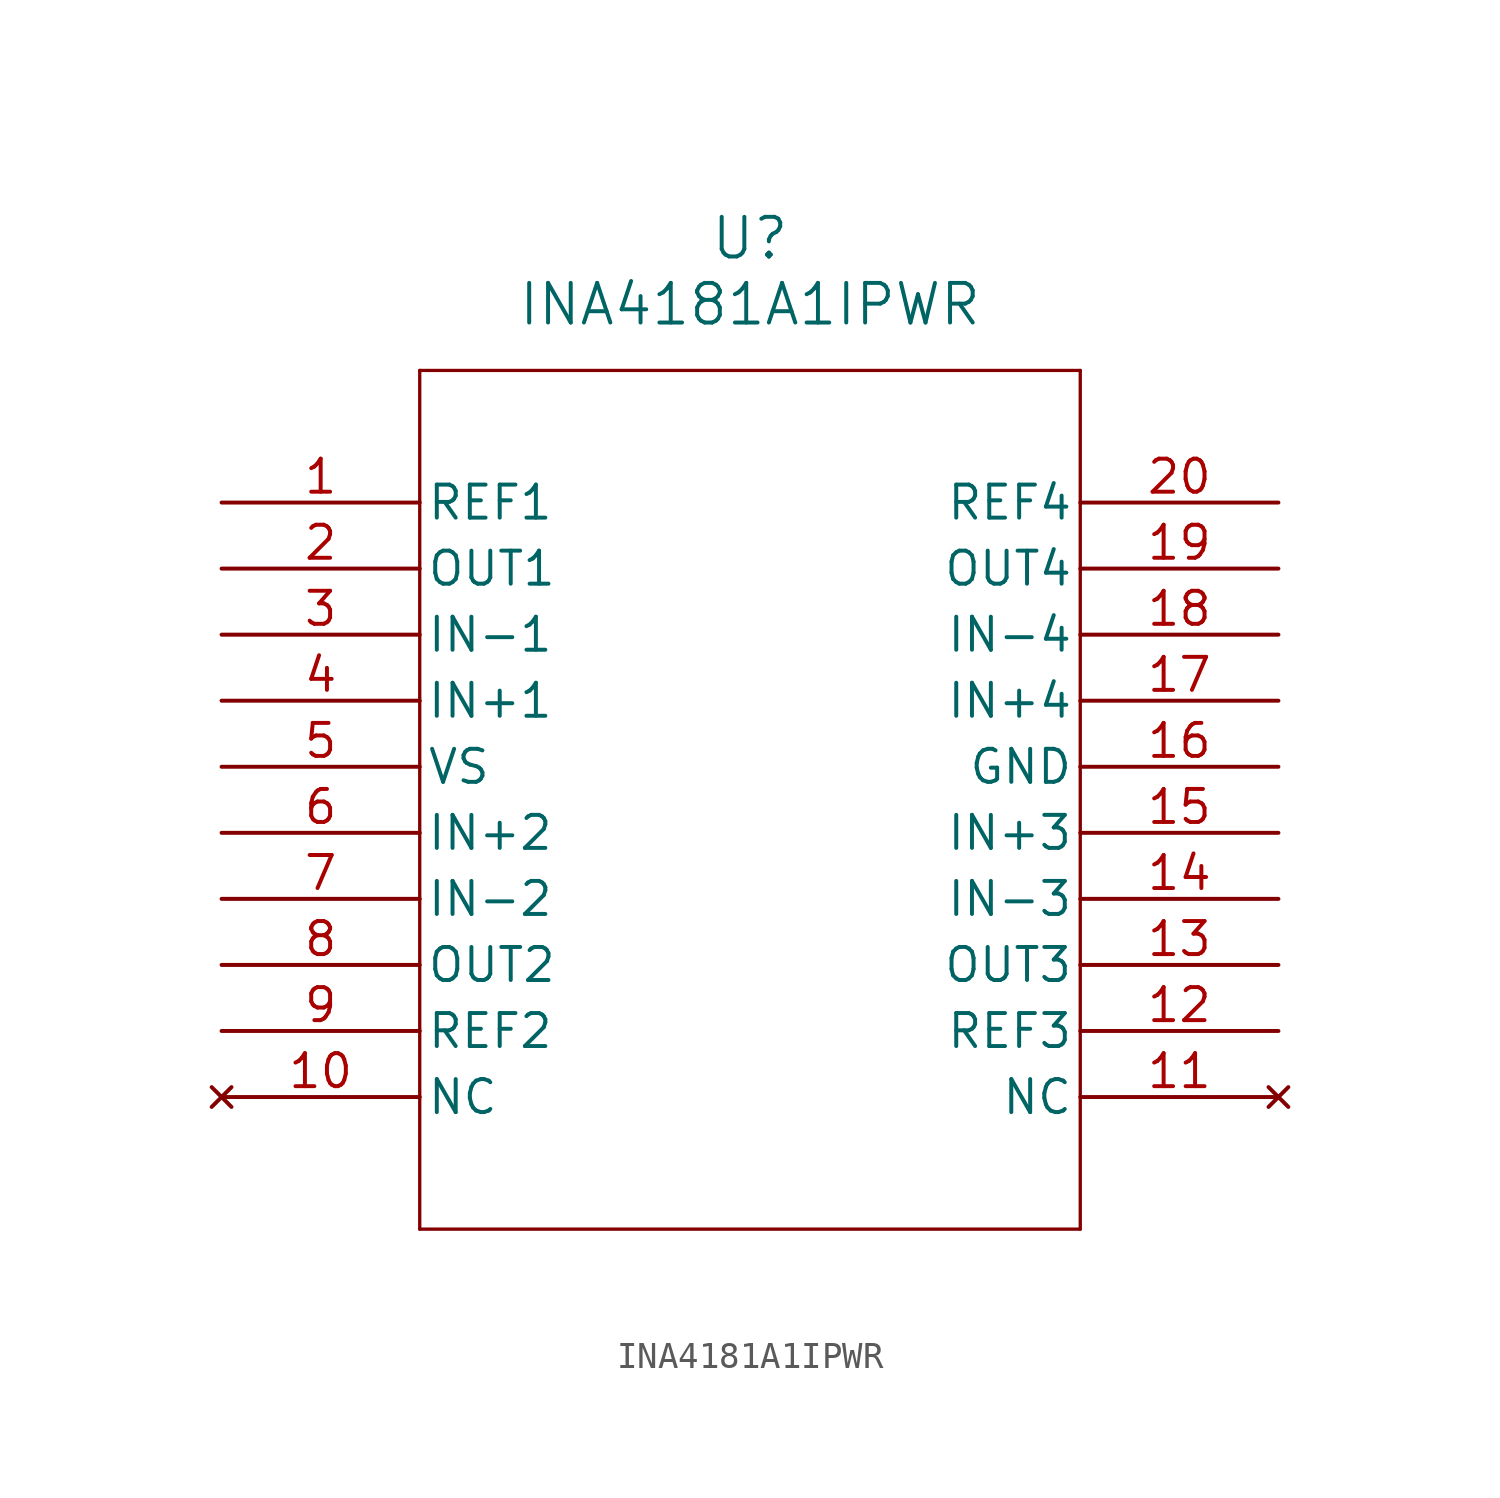
<source format=kicad_sym>
(kicad_symbol_lib
  (version 20211014)
  (generator kicad_symbol_editor)
  (symbol "INA4181A1IPWR"
    (pin_names
      (offset 0.254))
    (property "Reference" "U"
      (at 20.32 10.16 0)
      (effects (font (size 1.524 1.524))))
    (property "Value" "INA4181A1IPWR"
      (at 20.32 7.62 0)
      (effects (font (size 1.524 1.524))))
    (symbol "INA4181A1IPWR_0_1"
      (polyline (pts (xy 7.62 5.08) (xy 7.62 -27.94)) (stroke (width 0.127) (type default) (color 0 0 0 0)) (fill (type none)))
      (polyline (pts (xy 7.62 -27.94) (xy 33.02 -27.94)) (stroke (width 0.127) (type default) (color 0 0 0 0)) (fill (type none)))
      (polyline (pts (xy 33.02 -27.94) (xy 33.02 5.08)) (stroke (width 0.127) (type default) (color 0 0 0 0)) (fill (type none)))
      (polyline (pts (xy 33.02 5.08) (xy 7.62 5.08)) (stroke (width 0.127) (type default) (color 0 0 0 0)) (fill (type none)))
      (pin input line (at 0 0 0) (length 7.62) (name "REF1" (effects (font (size 1.27 1.27)))) (number "1" (effects (font (size 1.27 1.27)))))
      (pin output line (at 0 -2.54 0) (length 7.62) (name "OUT1" (effects (font (size 1.27 1.27)))) (number "2" (effects (font (size 1.27 1.27)))))
      (pin input line (at 0 -5.08 0) (length 7.62) (name "IN-1" (effects (font (size 1.27 1.27)))) (number "3" (effects (font (size 1.27 1.27)))))
      (pin input line (at 0 -7.62 0) (length 7.62) (name "IN+1" (effects (font (size 1.27 1.27)))) (number "4" (effects (font (size 1.27 1.27)))))
      (pin power_in line (at 0 -10.16 0) (length 7.62) (name "VS" (effects (font (size 1.27 1.27)))) (number "5" (effects (font (size 1.27 1.27)))))
      (pin input line (at 0 -12.7 0) (length 7.62) (name "IN+2" (effects (font (size 1.27 1.27)))) (number "6" (effects (font (size 1.27 1.27)))))
      (pin input line (at 0 -15.24 0) (length 7.62) (name "IN-2" (effects (font (size 1.27 1.27)))) (number "7" (effects (font (size 1.27 1.27)))))
      (pin output line (at 0 -17.78 0) (length 7.62) (name "OUT2" (effects (font (size 1.27 1.27)))) (number "8" (effects (font (size 1.27 1.27)))))
      (pin input line (at 0 -20.32 0) (length 7.62) (name "REF2" (effects (font (size 1.27 1.27)))) (number "9" (effects (font (size 1.27 1.27)))))
      (pin no_connect line (at 0 -22.86 0) (length 7.62) (name "NC" (effects (font (size 1.27 1.27)))) (number "10" (effects (font (size 1.27 1.27)))))
      (pin no_connect line (at 40.64 -22.86 180) (length 7.62) (name "NC" (effects (font (size 1.27 1.27)))) (number "11" (effects (font (size 1.27 1.27)))))
      (pin input line (at 40.64 -20.32 180) (length 7.62) (name "REF3" (effects (font (size 1.27 1.27)))) (number "12" (effects (font (size 1.27 1.27)))))
      (pin output line (at 40.64 -17.78 180) (length 7.62) (name "OUT3" (effects (font (size 1.27 1.27)))) (number "13" (effects (font (size 1.27 1.27)))))
      (pin input line (at 40.64 -15.24 180) (length 7.62) (name "IN-3" (effects (font (size 1.27 1.27)))) (number "14" (effects (font (size 1.27 1.27)))))
      (pin input line (at 40.64 -12.7 180) (length 7.62) (name "IN+3" (effects (font (size 1.27 1.27)))) (number "15" (effects (font (size 1.27 1.27)))))
      (pin power_in line (at 40.64 -10.16 180) (length 7.62) (name "GND" (effects (font (size 1.27 1.27)))) (number "16" (effects (font (size 1.27 1.27)))))
      (pin input line (at 40.64 -7.62 180) (length 7.62) (name "IN+4" (effects (font (size 1.27 1.27)))) (number "17" (effects (font (size 1.27 1.27)))))
      (pin input line (at 40.64 -5.08 180) (length 7.62) (name "IN-4" (effects (font (size 1.27 1.27)))) (number "18" (effects (font (size 1.27 1.27)))))
      (pin output line (at 40.64 -2.54 180) (length 7.62) (name "OUT4" (effects (font (size 1.27 1.27)))) (number "19" (effects (font (size 1.27 1.27)))))
      (pin input line (at 40.64 0 180) (length 7.62) (name "REF4" (effects (font (size 1.27 1.27)))) (number "20" (effects (font (size 1.27 1.27))))))))
</source>
